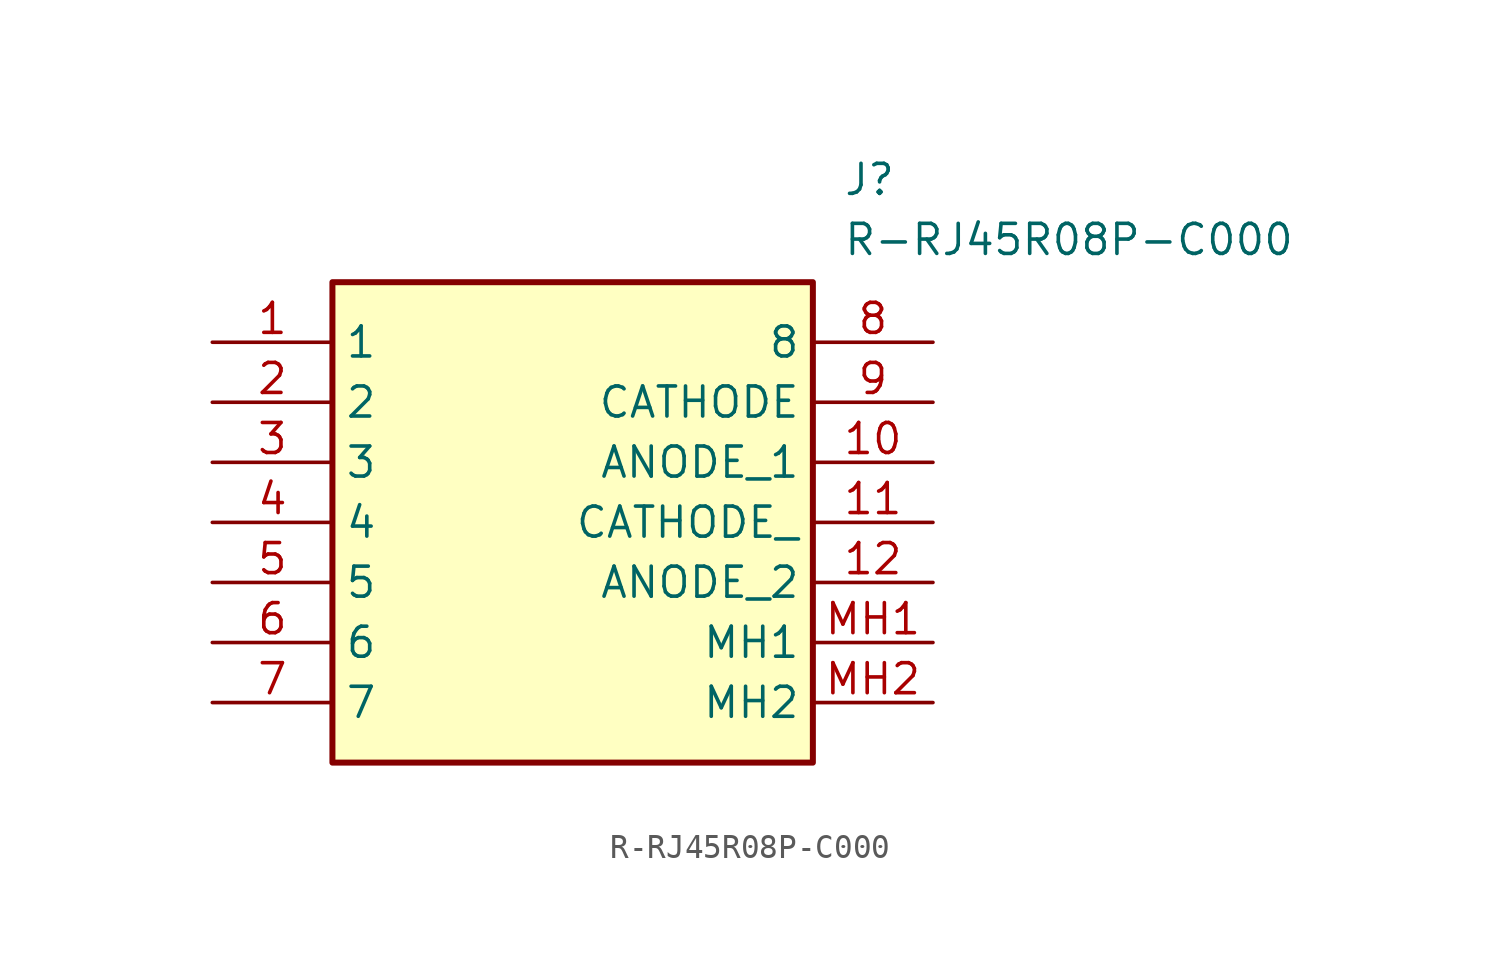
<source format=kicad_sym>
(kicad_symbol_lib
  (version 20211014)
  (generator SamacSys_ECAD_Model)
  (symbol "R-RJ45R08P-C000"
    (property "Reference" "J"
      (at 26.67 7.62 0)
      (effects (font (size 1.27 1.27)) (justify left top)))
    (property "Value" "R-RJ45R08P-C000"
      (at 26.67 5.08 0)
      (effects (font (size 1.27 1.27)) (justify left top)))
    (rectangle
      (start 5.08 2.54)
      (end 25.4 -17.78)
      (stroke (width 0.254) (type default))
      (fill (type background)))
    (pin passive line
      (at 0 0 0)
      (length 5.08)
      (name "1" (effects (font (size 1.27 1.27))))
      (number "1" (effects (font (size 1.27 1.27)))))
    (pin passive line
      (at 0 -2.54 0)
      (length 5.08)
      (name "2" (effects (font (size 1.27 1.27))))
      (number "2" (effects (font (size 1.27 1.27)))))
    (pin passive line
      (at 0 -5.08 0)
      (length 5.08)
      (name "3" (effects (font (size 1.27 1.27))))
      (number "3" (effects (font (size 1.27 1.27)))))
    (pin passive line
      (at 0 -7.62 0)
      (length 5.08)
      (name "4" (effects (font (size 1.27 1.27))))
      (number "4" (effects (font (size 1.27 1.27)))))
    (pin passive line
      (at 0 -10.16 0)
      (length 5.08)
      (name "5" (effects (font (size 1.27 1.27))))
      (number "5" (effects (font (size 1.27 1.27)))))
    (pin passive line
      (at 0 -12.7 0)
      (length 5.08)
      (name "6" (effects (font (size 1.27 1.27))))
      (number "6" (effects (font (size 1.27 1.27)))))
    (pin passive line
      (at 0 -15.24 0)
      (length 5.08)
      (name "7" (effects (font (size 1.27 1.27))))
      (number "7" (effects (font (size 1.27 1.27)))))
    (pin passive line
      (at 30.48 0 180)
      (length 5.08)
      (name "8" (effects (font (size 1.27 1.27))))
      (number "8" (effects (font (size 1.27 1.27)))))
    (pin passive line
      (at 30.48 -2.54 180)
      (length 5.08)
      (name "CATHODE" (effects (font (size 1.27 1.27))))
      (number "9" (effects (font (size 1.27 1.27)))))
    (pin passive line
      (at 30.48 -5.08 180)
      (length 5.08)
      (name "ANODE_1" (effects (font (size 1.27 1.27))))
      (number "10" (effects (font (size 1.27 1.27)))))
    (pin passive line
      (at 30.48 -7.62 180)
      (length 5.08)
      (name "CATHODE_" (effects (font (size 1.27 1.27))))
      (number "11" (effects (font (size 1.27 1.27)))))
    (pin passive line
      (at 30.48 -10.16 180)
      (length 5.08)
      (name "ANODE_2" (effects (font (size 1.27 1.27))))
      (number "12" (effects (font (size 1.27 1.27)))))
    (pin passive line
      (at 30.48 -12.7 180)
      (length 5.08)
      (name "MH1" (effects (font (size 1.27 1.27))))
      (number "MH1" (effects (font (size 1.27 1.27)))))
    (pin passive line
      (at 30.48 -15.24 180)
      (length 5.08)
      (name "MH2" (effects (font (size 1.27 1.27))))
      (number "MH2" (effects (font (size 1.27 1.27)))))))
</source>
